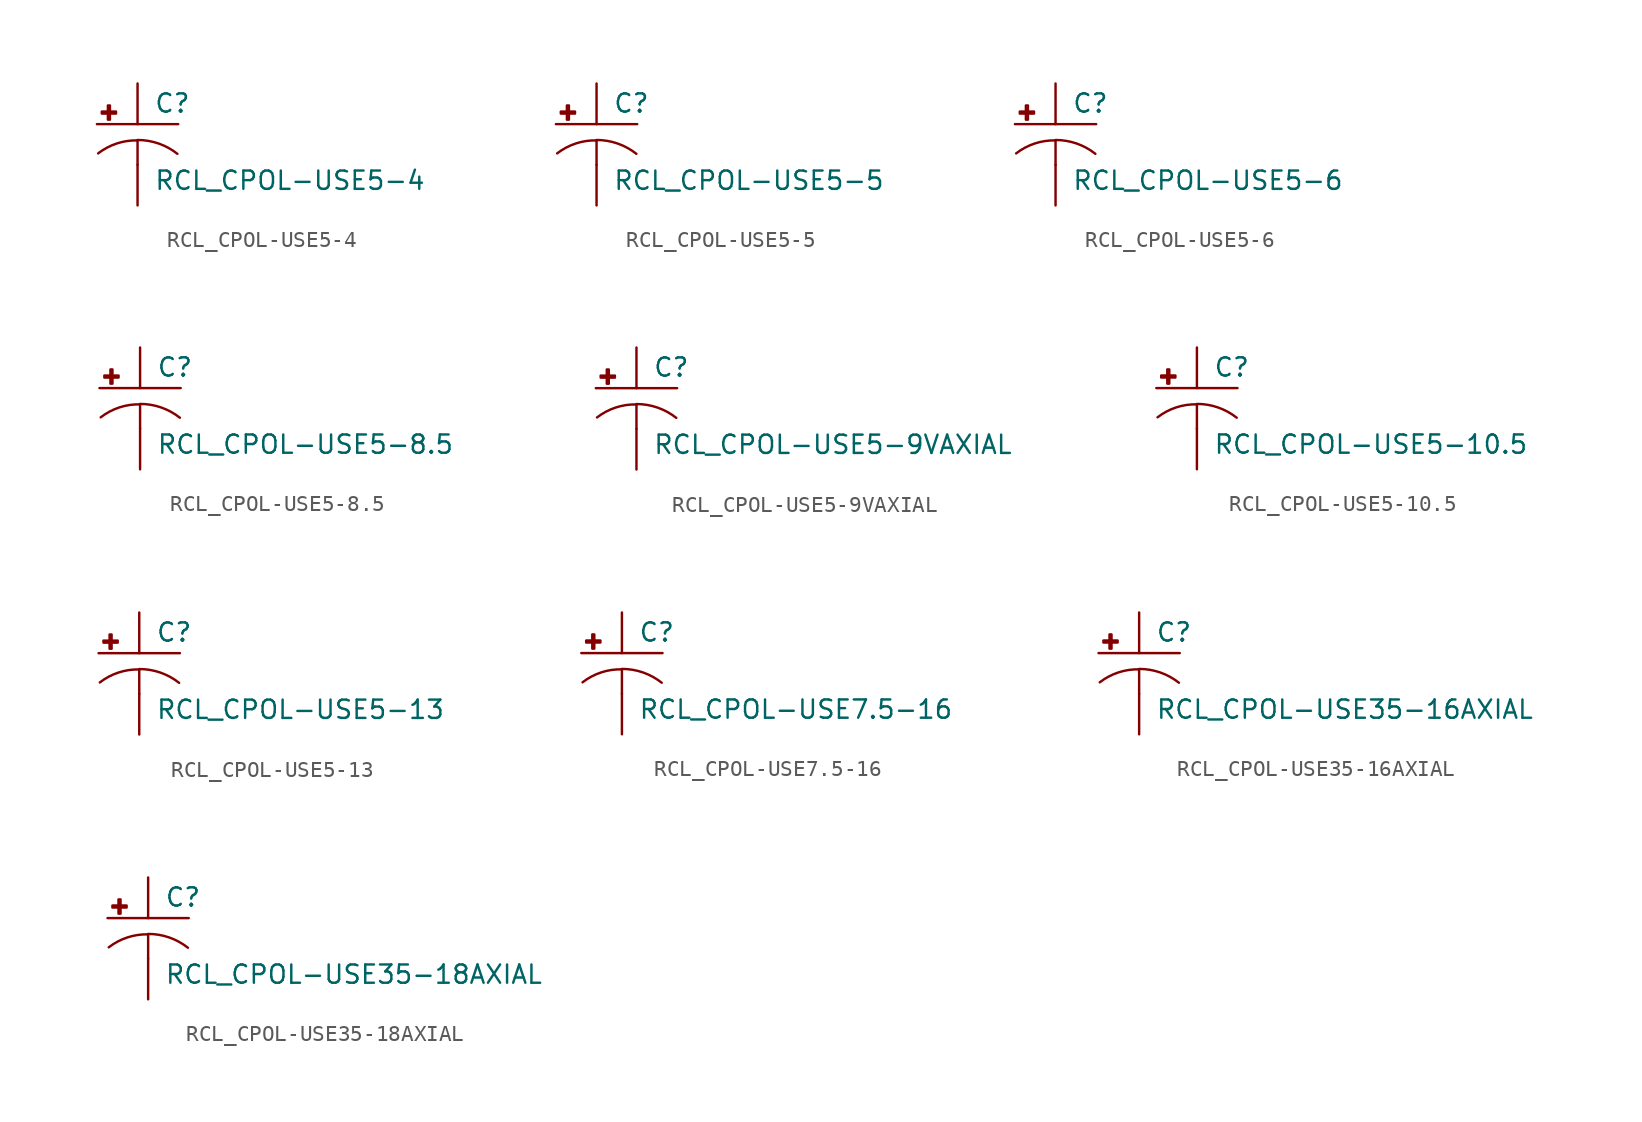
<source format=kicad_sym>
(kicad_symbol_lib
  (version 20210619)
  (generator kicad_symbol_editor)
  (symbol "RCL_CPOL-USE5-4"
    (pin_numbers hide)
    (pin_names
      (offset 1.016) hide)
    (property "Reference" "C"
      (at 1.016 0.635 0)
      (effects (font (size 1.143 1.143)) (justify left bottom)))
    (property "Value" "RCL_CPOL-USE5-4"
      (at 1.016 -4.191 0)
      (effects (font (size 1.143 1.143)) (justify left bottom)))
    (property "ki_locked" ""
      (at 0 0 0)
      (effects (font (size 1.27 1.27))))
    (symbol "RCL_CPOL-USE5-4_1_0"
      (polyline (pts (xy -2.54 0) (xy 2.54 0)) (stroke (width 0)) (fill (type none)))
      (polyline (pts (xy 0 -1.016) (xy 0 -2.54)) (stroke (width 0)) (fill (type none)))
      (polyline (pts (xy 0 -1.016) (xy 0 -1.016)) (stroke (width 0)) (fill (type none))))
    (symbol "RCL_CPOL-USE5-4_1_1"
      (arc (start 0 -1.016) (end -2.4638 -1.8288) (radius (at 0 -5.0546) (length 4.0386) (angles 90.1 127.3)) (stroke (width 0)) (fill (type none)))
      (arc (start 2.4892 -1.8542) (end 0 -0.9906) (radius (at 0 -5.0292) (length 4.0386) (angles 52.3 89.9)) (stroke (width 0)) (fill (type none)))
      (rectangle (start -2.235 0.66) (end -1.346 0.787) (stroke (width 0)) (fill (type outline)))
      (rectangle (start -1.854 0.279) (end -1.727 1.168) (stroke (width 0)) (fill (type outline)))
      (pin passive line (at 0 2.54 270) (length 2.54) (name "+" (effects (font (size 1.016 1.016)))) (number "+" (effects (font (size 1.016 1.016)))))
      (pin passive line (at 0 -5.08 90) (length 2.54) (name "-" (effects (font (size 1.016 1.016)))) (number "-" (effects (font (size 1.016 1.016)))))))
  (symbol "RCL_CPOL-USE5-5"
    (pin_numbers hide)
    (pin_names
      (offset 1.016) hide)
    (property "Reference" "C"
      (at 1.016 0.635 0)
      (effects (font (size 1.143 1.143)) (justify left bottom)))
    (property "Value" "RCL_CPOL-USE5-5"
      (at 1.016 -4.191 0)
      (effects (font (size 1.143 1.143)) (justify left bottom)))
    (property "ki_locked" ""
      (at 0 0 0)
      (effects (font (size 1.27 1.27))))
    (symbol "RCL_CPOL-USE5-5_1_0"
      (polyline (pts (xy -2.54 0) (xy 2.54 0)) (stroke (width 0)) (fill (type none)))
      (polyline (pts (xy 0 -1.016) (xy 0 -2.54)) (stroke (width 0)) (fill (type none)))
      (polyline (pts (xy 0 -1.016) (xy 0 -1.016)) (stroke (width 0)) (fill (type none))))
    (symbol "RCL_CPOL-USE5-5_1_1"
      (arc (start 0 -1.016) (end -2.4638 -1.8288) (radius (at 0 -5.0546) (length 4.0386) (angles 90.1 127.3)) (stroke (width 0)) (fill (type none)))
      (arc (start 2.4892 -1.8542) (end 0 -0.9906) (radius (at 0 -5.0292) (length 4.0386) (angles 52.3 89.9)) (stroke (width 0)) (fill (type none)))
      (rectangle (start -2.235 0.66) (end -1.346 0.787) (stroke (width 0)) (fill (type outline)))
      (rectangle (start -1.854 0.279) (end -1.727 1.168) (stroke (width 0)) (fill (type outline)))
      (pin passive line (at 0 2.54 270) (length 2.54) (name "+" (effects (font (size 1.016 1.016)))) (number "+" (effects (font (size 1.016 1.016)))))
      (pin passive line (at 0 -5.08 90) (length 2.54) (name "-" (effects (font (size 1.016 1.016)))) (number "-" (effects (font (size 1.016 1.016)))))))
  (symbol "RCL_CPOL-USE5-6"
    (pin_numbers hide)
    (pin_names
      (offset 1.016) hide)
    (property "Reference" "C"
      (at 1.016 0.635 0)
      (effects (font (size 1.143 1.143)) (justify left bottom)))
    (property "Value" "RCL_CPOL-USE5-6"
      (at 1.016 -4.191 0)
      (effects (font (size 1.143 1.143)) (justify left bottom)))
    (property "ki_locked" ""
      (at 0 0 0)
      (effects (font (size 1.27 1.27))))
    (symbol "RCL_CPOL-USE5-6_1_0"
      (polyline (pts (xy -2.54 0) (xy 2.54 0)) (stroke (width 0)) (fill (type none)))
      (polyline (pts (xy 0 -1.016) (xy 0 -2.54)) (stroke (width 0)) (fill (type none)))
      (polyline (pts (xy 0 -1.016) (xy 0 -1.016)) (stroke (width 0)) (fill (type none))))
    (symbol "RCL_CPOL-USE5-6_1_1"
      (arc (start 0 -1.016) (end -2.4638 -1.8288) (radius (at 0 -5.0546) (length 4.0386) (angles 90.1 127.3)) (stroke (width 0)) (fill (type none)))
      (arc (start 2.4892 -1.8542) (end 0 -0.9906) (radius (at 0 -5.0292) (length 4.0386) (angles 52.3 89.9)) (stroke (width 0)) (fill (type none)))
      (rectangle (start -2.235 0.66) (end -1.346 0.787) (stroke (width 0)) (fill (type outline)))
      (rectangle (start -1.854 0.279) (end -1.727 1.168) (stroke (width 0)) (fill (type outline)))
      (pin passive line (at 0 2.54 270) (length 2.54) (name "+" (effects (font (size 1.016 1.016)))) (number "+" (effects (font (size 1.016 1.016)))))
      (pin passive line (at 0 -5.08 90) (length 2.54) (name "-" (effects (font (size 1.016 1.016)))) (number "-" (effects (font (size 1.016 1.016)))))))
  (symbol "RCL_CPOL-USE5-8.5"
    (pin_numbers hide)
    (pin_names
      (offset 1.016) hide)
    (property "Reference" "C"
      (at 1.016 0.635 0)
      (effects (font (size 1.143 1.143)) (justify left bottom)))
    (property "Value" "RCL_CPOL-USE5-8.5"
      (at 1.016 -4.191 0)
      (effects (font (size 1.143 1.143)) (justify left bottom)))
    (property "ki_locked" ""
      (at 0 0 0)
      (effects (font (size 1.27 1.27))))
    (symbol "RCL_CPOL-USE5-8.5_1_0"
      (polyline (pts (xy -2.54 0) (xy 2.54 0)) (stroke (width 0)) (fill (type none)))
      (polyline (pts (xy 0 -1.016) (xy 0 -2.54)) (stroke (width 0)) (fill (type none)))
      (polyline (pts (xy 0 -1.016) (xy 0 -1.016)) (stroke (width 0)) (fill (type none))))
    (symbol "RCL_CPOL-USE5-8.5_1_1"
      (arc (start 0 -1.016) (end -2.4638 -1.8288) (radius (at 0 -5.0546) (length 4.0386) (angles 90.1 127.3)) (stroke (width 0)) (fill (type none)))
      (arc (start 2.4892 -1.8542) (end 0 -0.9906) (radius (at 0 -5.0292) (length 4.0386) (angles 52.3 89.9)) (stroke (width 0)) (fill (type none)))
      (rectangle (start -2.235 0.66) (end -1.346 0.787) (stroke (width 0)) (fill (type outline)))
      (rectangle (start -1.854 0.279) (end -1.727 1.168) (stroke (width 0)) (fill (type outline)))
      (pin passive line (at 0 2.54 270) (length 2.54) (name "+" (effects (font (size 1.016 1.016)))) (number "+" (effects (font (size 1.016 1.016)))))
      (pin passive line (at 0 -5.08 90) (length 2.54) (name "-" (effects (font (size 1.016 1.016)))) (number "-" (effects (font (size 1.016 1.016)))))))
  (symbol "RCL_CPOL-USE5-9VAXIAL"
    (pin_numbers hide)
    (pin_names
      (offset 1.016) hide)
    (property "Reference" "C"
      (at 1.016 0.635 0)
      (effects (font (size 1.143 1.143)) (justify left bottom)))
    (property "Value" "RCL_CPOL-USE5-9VAXIAL"
      (at 1.016 -4.191 0)
      (effects (font (size 1.143 1.143)) (justify left bottom)))
    (property "ki_locked" ""
      (at 0 0 0)
      (effects (font (size 1.27 1.27))))
    (symbol "RCL_CPOL-USE5-9VAXIAL_1_0"
      (polyline (pts (xy -2.54 0) (xy 2.54 0)) (stroke (width 0)) (fill (type none)))
      (polyline (pts (xy 0 -1.016) (xy 0 -2.54)) (stroke (width 0)) (fill (type none)))
      (polyline (pts (xy 0 -1.016) (xy 0 -1.016)) (stroke (width 0)) (fill (type none))))
    (symbol "RCL_CPOL-USE5-9VAXIAL_1_1"
      (arc (start 0 -1.016) (end -2.4638 -1.8288) (radius (at 0 -5.0546) (length 4.0386) (angles 90.1 127.3)) (stroke (width 0)) (fill (type none)))
      (arc (start 2.4892 -1.8542) (end 0 -0.9906) (radius (at 0 -5.0292) (length 4.0386) (angles 52.3 89.9)) (stroke (width 0)) (fill (type none)))
      (rectangle (start -2.235 0.66) (end -1.346 0.787) (stroke (width 0)) (fill (type outline)))
      (rectangle (start -1.854 0.279) (end -1.727 1.168) (stroke (width 0)) (fill (type outline)))
      (pin passive line (at 0 2.54 270) (length 2.54) (name "+" (effects (font (size 1.016 1.016)))) (number "+" (effects (font (size 1.016 1.016)))))
      (pin passive line (at 0 -5.08 90) (length 2.54) (name "-" (effects (font (size 1.016 1.016)))) (number "-" (effects (font (size 1.016 1.016)))))))
  (symbol "RCL_CPOL-USE5-10.5"
    (pin_numbers hide)
    (pin_names
      (offset 1.016) hide)
    (property "Reference" "C"
      (at 1.016 0.635 0)
      (effects (font (size 1.143 1.143)) (justify left bottom)))
    (property "Value" "RCL_CPOL-USE5-10.5"
      (at 1.016 -4.191 0)
      (effects (font (size 1.143 1.143)) (justify left bottom)))
    (property "ki_locked" ""
      (at 0 0 0)
      (effects (font (size 1.27 1.27))))
    (symbol "RCL_CPOL-USE5-10.5_1_0"
      (polyline (pts (xy -2.54 0) (xy 2.54 0)) (stroke (width 0)) (fill (type none)))
      (polyline (pts (xy 0 -1.016) (xy 0 -2.54)) (stroke (width 0)) (fill (type none)))
      (polyline (pts (xy 0 -1.016) (xy 0 -1.016)) (stroke (width 0)) (fill (type none))))
    (symbol "RCL_CPOL-USE5-10.5_1_1"
      (arc (start 0 -1.016) (end -2.4638 -1.8288) (radius (at 0 -5.0546) (length 4.0386) (angles 90.1 127.3)) (stroke (width 0)) (fill (type none)))
      (arc (start 2.4892 -1.8542) (end 0 -0.9906) (radius (at 0 -5.0292) (length 4.0386) (angles 52.3 89.9)) (stroke (width 0)) (fill (type none)))
      (rectangle (start -2.235 0.66) (end -1.346 0.787) (stroke (width 0)) (fill (type outline)))
      (rectangle (start -1.854 0.279) (end -1.727 1.168) (stroke (width 0)) (fill (type outline)))
      (pin passive line (at 0 2.54 270) (length 2.54) (name "+" (effects (font (size 1.016 1.016)))) (number "+" (effects (font (size 1.016 1.016)))))
      (pin passive line (at 0 -5.08 90) (length 2.54) (name "-" (effects (font (size 1.016 1.016)))) (number "-" (effects (font (size 1.016 1.016)))))))
  (symbol "RCL_CPOL-USE5-13"
    (pin_numbers hide)
    (pin_names
      (offset 1.016) hide)
    (property "Reference" "C"
      (at 1.016 0.635 0)
      (effects (font (size 1.143 1.143)) (justify left bottom)))
    (property "Value" "RCL_CPOL-USE5-13"
      (at 1.016 -4.191 0)
      (effects (font (size 1.143 1.143)) (justify left bottom)))
    (property "ki_locked" ""
      (at 0 0 0)
      (effects (font (size 1.27 1.27))))
    (symbol "RCL_CPOL-USE5-13_1_0"
      (polyline (pts (xy -2.54 0) (xy 2.54 0)) (stroke (width 0)) (fill (type none)))
      (polyline (pts (xy 0 -1.016) (xy 0 -2.54)) (stroke (width 0)) (fill (type none)))
      (polyline (pts (xy 0 -1.016) (xy 0 -1.016)) (stroke (width 0)) (fill (type none))))
    (symbol "RCL_CPOL-USE5-13_1_1"
      (arc (start 0 -1.016) (end -2.4638 -1.8288) (radius (at 0 -5.0546) (length 4.0386) (angles 90.1 127.3)) (stroke (width 0)) (fill (type none)))
      (arc (start 2.4892 -1.8542) (end 0 -0.9906) (radius (at 0 -5.0292) (length 4.0386) (angles 52.3 89.9)) (stroke (width 0)) (fill (type none)))
      (rectangle (start -2.235 0.66) (end -1.346 0.787) (stroke (width 0)) (fill (type outline)))
      (rectangle (start -1.854 0.279) (end -1.727 1.168) (stroke (width 0)) (fill (type outline)))
      (pin passive line (at 0 2.54 270) (length 2.54) (name "+" (effects (font (size 1.016 1.016)))) (number "+" (effects (font (size 1.016 1.016)))))
      (pin passive line (at 0 -5.08 90) (length 2.54) (name "-" (effects (font (size 1.016 1.016)))) (number "-" (effects (font (size 1.016 1.016)))))))
  (symbol "RCL_CPOL-USE7.5-16"
    (pin_numbers hide)
    (pin_names
      (offset 1.016) hide)
    (property "Reference" "C"
      (at 1.016 0.635 0)
      (effects (font (size 1.143 1.143)) (justify left bottom)))
    (property "Value" "RCL_CPOL-USE7.5-16"
      (at 1.016 -4.191 0)
      (effects (font (size 1.143 1.143)) (justify left bottom)))
    (property "ki_locked" ""
      (at 0 0 0)
      (effects (font (size 1.27 1.27))))
    (symbol "RCL_CPOL-USE7.5-16_1_0"
      (polyline (pts (xy -2.54 0) (xy 2.54 0)) (stroke (width 0)) (fill (type none)))
      (polyline (pts (xy 0 -1.016) (xy 0 -2.54)) (stroke (width 0)) (fill (type none)))
      (polyline (pts (xy 0 -1.016) (xy 0 -1.016)) (stroke (width 0)) (fill (type none))))
    (symbol "RCL_CPOL-USE7.5-16_1_1"
      (arc (start 0 -1.016) (end -2.4638 -1.8288) (radius (at 0 -5.0546) (length 4.0386) (angles 90.1 127.3)) (stroke (width 0)) (fill (type none)))
      (arc (start 2.4892 -1.8542) (end 0 -0.9906) (radius (at 0 -5.0292) (length 4.0386) (angles 52.3 89.9)) (stroke (width 0)) (fill (type none)))
      (rectangle (start -2.235 0.66) (end -1.346 0.787) (stroke (width 0)) (fill (type outline)))
      (rectangle (start -1.854 0.279) (end -1.727 1.168) (stroke (width 0)) (fill (type outline)))
      (pin passive line (at 0 2.54 270) (length 2.54) (name "+" (effects (font (size 1.016 1.016)))) (number "+" (effects (font (size 1.016 1.016)))))
      (pin passive line (at 0 -5.08 90) (length 2.54) (name "-" (effects (font (size 1.016 1.016)))) (number "-" (effects (font (size 1.016 1.016)))))))
  (symbol "RCL_CPOL-USE35-16AXIAL"
    (pin_numbers hide)
    (pin_names
      (offset 1.016) hide)
    (property "Reference" "C"
      (at 1.016 0.635 0)
      (effects (font (size 1.143 1.143)) (justify left bottom)))
    (property "Value" "RCL_CPOL-USE35-16AXIAL"
      (at 1.016 -4.191 0)
      (effects (font (size 1.143 1.143)) (justify left bottom)))
    (property "ki_locked" ""
      (at 0 0 0)
      (effects (font (size 1.27 1.27))))
    (symbol "RCL_CPOL-USE35-16AXIAL_1_0"
      (polyline (pts (xy -2.54 0) (xy 2.54 0)) (stroke (width 0)) (fill (type none)))
      (polyline (pts (xy 0 -1.016) (xy 0 -2.54)) (stroke (width 0)) (fill (type none)))
      (polyline (pts (xy 0 -1.016) (xy 0 -1.016)) (stroke (width 0)) (fill (type none))))
    (symbol "RCL_CPOL-USE35-16AXIAL_1_1"
      (arc (start 0 -1.016) (end -2.4638 -1.8288) (radius (at 0 -5.0546) (length 4.0386) (angles 90.1 127.3)) (stroke (width 0)) (fill (type none)))
      (arc (start 2.4892 -1.8542) (end 0 -0.9906) (radius (at 0 -5.0292) (length 4.0386) (angles 52.3 89.9)) (stroke (width 0)) (fill (type none)))
      (rectangle (start -2.235 0.66) (end -1.346 0.787) (stroke (width 0)) (fill (type outline)))
      (rectangle (start -1.854 0.279) (end -1.727 1.168) (stroke (width 0)) (fill (type outline)))
      (pin passive line (at 0 2.54 270) (length 2.54) (name "+" (effects (font (size 1.016 1.016)))) (number "+" (effects (font (size 1.016 1.016)))))
      (pin passive line (at 0 -5.08 90) (length 2.54) (name "-" (effects (font (size 1.016 1.016)))) (number "-" (effects (font (size 1.016 1.016)))))))
  (symbol "RCL_CPOL-USE35-18AXIAL"
    (pin_numbers hide)
    (pin_names
      (offset 1.016) hide)
    (property "Reference" "C"
      (at 1.016 0.635 0)
      (effects (font (size 1.143 1.143)) (justify left bottom)))
    (property "Value" "RCL_CPOL-USE35-18AXIAL"
      (at 1.016 -4.191 0)
      (effects (font (size 1.143 1.143)) (justify left bottom)))
    (property "ki_locked" ""
      (at 0 0 0)
      (effects (font (size 1.27 1.27))))
    (symbol "RCL_CPOL-USE35-18AXIAL_1_0"
      (polyline (pts (xy -2.54 0) (xy 2.54 0)) (stroke (width 0)) (fill (type none)))
      (polyline (pts (xy 0 -1.016) (xy 0 -2.54)) (stroke (width 0)) (fill (type none)))
      (polyline (pts (xy 0 -1.016) (xy 0 -1.016)) (stroke (width 0)) (fill (type none))))
    (symbol "RCL_CPOL-USE35-18AXIAL_1_1"
      (arc (start 0 -1.016) (end -2.4638 -1.8288) (radius (at 0 -5.0546) (length 4.0386) (angles 90.1 127.3)) (stroke (width 0)) (fill (type none)))
      (arc (start 2.4892 -1.8542) (end 0 -0.9906) (radius (at 0 -5.0292) (length 4.0386) (angles 52.3 89.9)) (stroke (width 0)) (fill (type none)))
      (rectangle (start -2.235 0.66) (end -1.346 0.787) (stroke (width 0)) (fill (type outline)))
      (rectangle (start -1.854 0.279) (end -1.727 1.168) (stroke (width 0)) (fill (type outline)))
      (pin passive line (at 0 2.54 270) (length 2.54) (name "+" (effects (font (size 1.016 1.016)))) (number "+" (effects (font (size 1.016 1.016)))))
      (pin passive line (at 0 -5.08 90) (length 2.54) (name "-" (effects (font (size 1.016 1.016)))) (number "-" (effects (font (size 1.016 1.016))))))))
</source>
